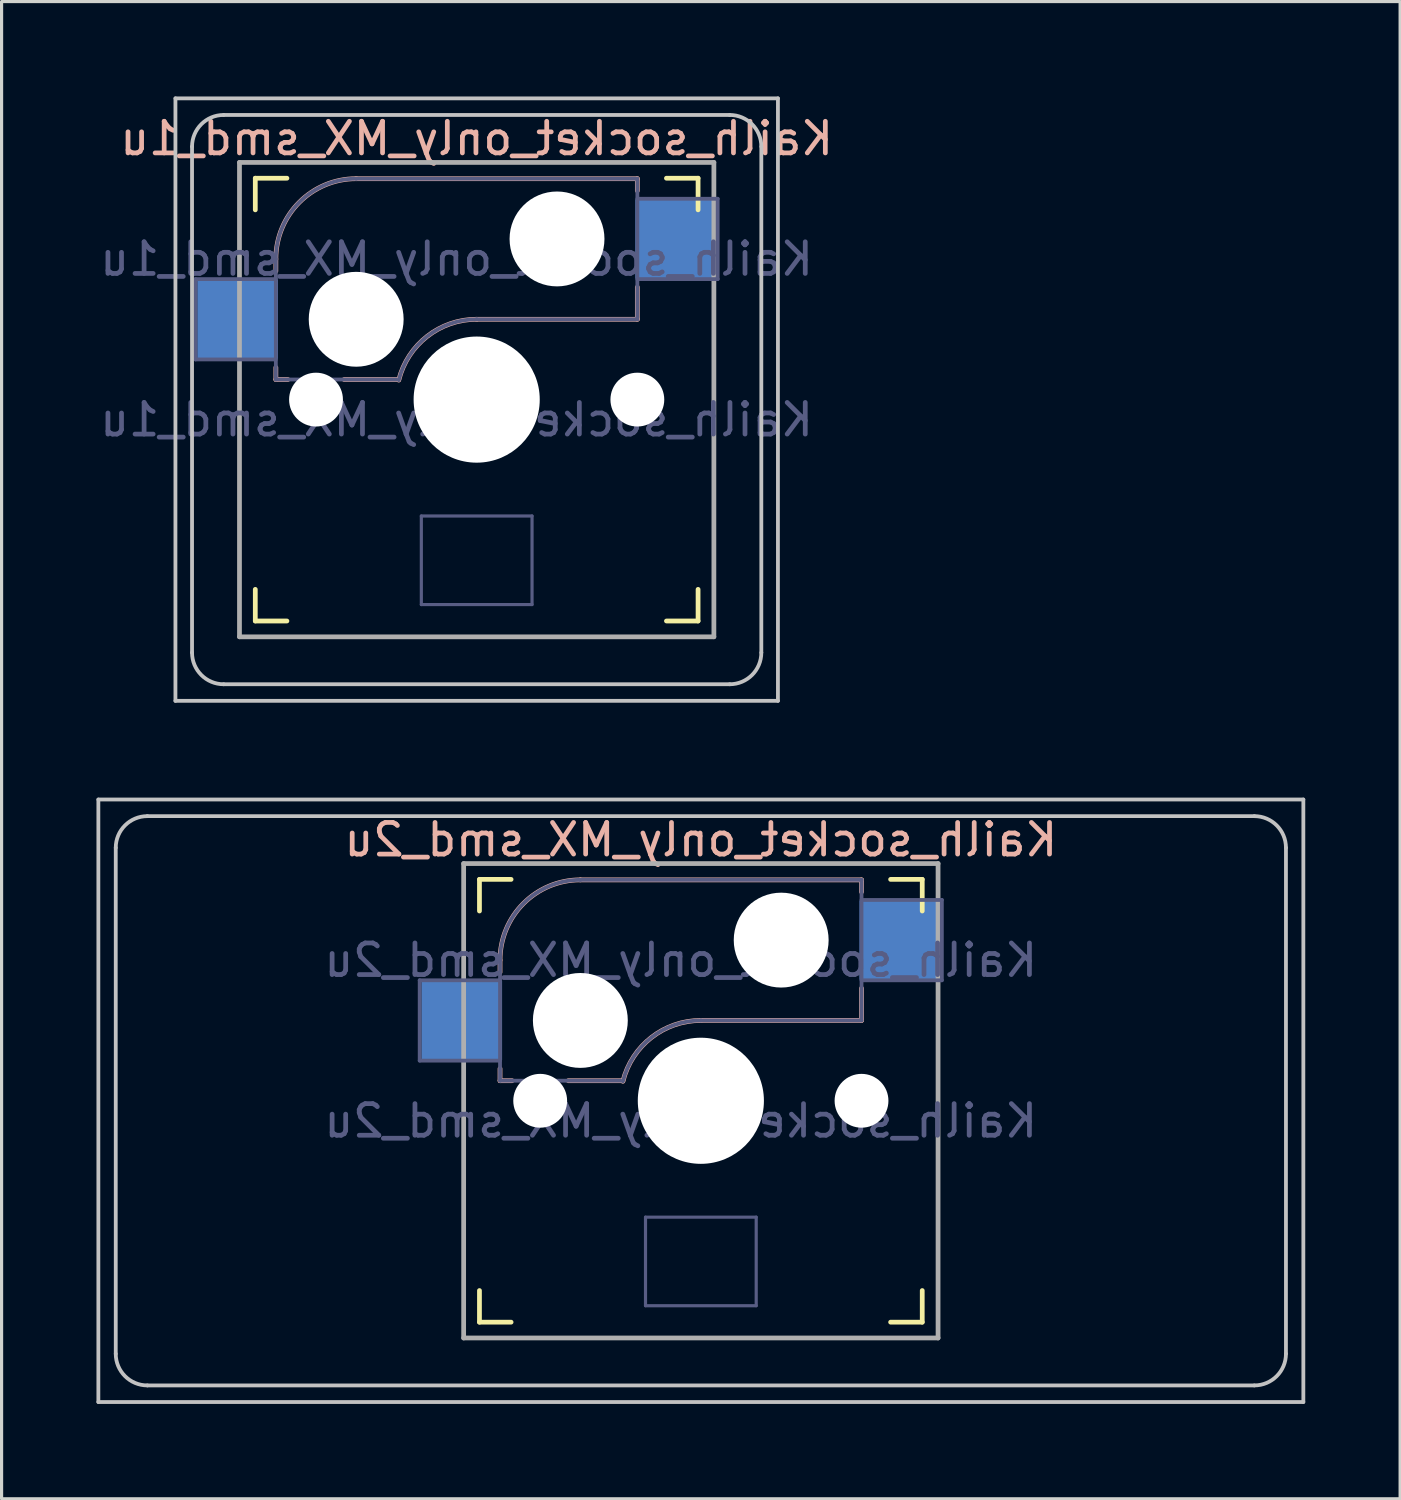
<source format=kicad_pcb>
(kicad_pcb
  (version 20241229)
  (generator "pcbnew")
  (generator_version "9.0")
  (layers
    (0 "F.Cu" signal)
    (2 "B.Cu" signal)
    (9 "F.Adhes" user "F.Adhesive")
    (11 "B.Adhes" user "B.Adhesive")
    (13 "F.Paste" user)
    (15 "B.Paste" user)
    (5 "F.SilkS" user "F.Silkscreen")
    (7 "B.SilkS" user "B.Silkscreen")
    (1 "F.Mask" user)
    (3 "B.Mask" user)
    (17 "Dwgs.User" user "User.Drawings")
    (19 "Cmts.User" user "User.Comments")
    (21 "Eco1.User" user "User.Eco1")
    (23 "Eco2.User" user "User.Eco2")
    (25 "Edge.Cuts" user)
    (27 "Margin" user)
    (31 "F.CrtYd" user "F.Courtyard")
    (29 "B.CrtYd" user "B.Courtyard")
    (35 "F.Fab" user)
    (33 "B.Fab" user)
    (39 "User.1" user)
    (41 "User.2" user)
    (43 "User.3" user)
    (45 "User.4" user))
  (footprint "Kailh_socket_only_MX_smd_1u"
    (layer "F.Cu")
    (at 12.022 9.585)
    (property "Reference" "Kailh_socket_only_MX_smd_1u" (at 0 -8.255 0) (layer "B.SilkS") (effects (font (size 1 1) (thickness 0.15)) (justify mirror)))
    (property "Value" "Kailh_socket_only_MX_smd_1u" (at 0 8.255 0) (layer "F.Fab") (hide yes) (effects (font (size 1 1) (thickness 0.15))))
    (attr smd)
    (fp_line (start -7 -6) (end -7 -7) (stroke (width 0.15) (type solid)) (layer "F.SilkS"))
    (fp_line (start -7 7) (end -7 6) (stroke (width 0.15) (type solid)) (layer "F.SilkS"))
    (fp_line (start -7 7) (end -6 7) (stroke (width 0.15) (type solid)) (layer "F.SilkS"))
    (fp_line (start -6 -7) (end -7 -7) (stroke (width 0.15) (type solid)) (layer "F.SilkS"))
    (fp_line (start 6 7) (end 7 7) (stroke (width 0.15) (type solid)) (layer "F.SilkS"))
    (fp_line (start 7 -7) (end 6 -7) (stroke (width 0.15) (type solid)) (layer "F.SilkS"))
    (fp_line (start 7 -7) (end 7 -6) (stroke (width 0.15) (type solid)) (layer "F.SilkS"))
    (fp_line (start 7 6) (end 7 7) (stroke (width 0.15) (type solid)) (layer "F.SilkS"))
    (fp_line (start -6.35 -4.445) (end -6.35 -4.064) (stroke (width 0.15) (type solid)) (layer "B.SilkS"))
    (fp_line (start -6.35 -1.016) (end -6.35 -0.635) (stroke (width 0.15) (type solid)) (layer "B.SilkS"))
    (fp_line (start -5.969 -0.635) (end -6.35 -0.635) (stroke (width 0.15) (type solid)) (layer "B.SilkS"))
    (fp_line (start -3.81 -6.985) (end 5.08 -6.985) (stroke (width 0.15) (type solid)) (layer "B.SilkS"))
    (fp_line (start -2.464 -0.635) (end -4.191 -0.635) (stroke (width 0.15) (type solid)) (layer "B.SilkS"))
    (fp_line (start 5.08 -6.985) (end 5.08 -6.604) (stroke (width 0.15) (type solid)) (layer "B.SilkS"))
    (fp_line (start 5.08 -3.556) (end 5.08 -2.54) (stroke (width 0.15) (type solid)) (layer "B.SilkS"))
    (fp_line (start 5.08 -2.54) (end 0 -2.54) (stroke (width 0.15) (type solid)) (layer "B.SilkS"))
    (fp_arc (start -6.35 -4.445) (mid -5.606051 -6.241051) (end -3.81 -6.985) (stroke (width 0.15) (type solid)) (layer "B.SilkS"))
    (fp_arc (start -2.464162 -0.61604) (mid -1.563147 -2.002042) (end 0 -2.54) (stroke (width 0.15) (type solid)) (layer "B.SilkS"))
    (fp_line (start -9.525 -9.525) (end 9.525 -9.525) (stroke (width 0.12) (type solid)) (layer "Dwgs.User"))
    (fp_line (start -9.525 9.525) (end -9.525 -9.525) (stroke (width 0.12) (type solid)) (layer "Dwgs.User"))
    (fp_line (start -9 8) (end -9 -8) (stroke (width 0.12) (type solid)) (layer "Dwgs.User"))
    (fp_line (start -8 -9) (end 8 -9) (stroke (width 0.12) (type solid)) (layer "Dwgs.User"))
    (fp_line (start -8 9) (end 8 9) (stroke (width 0.12) (type solid)) (layer "Dwgs.User"))
    (fp_line (start 9 8) (end 9 -8) (stroke (width 0.12) (type solid)) (layer "Dwgs.User"))
    (fp_line (start 9.525 -9.525) (end 9.525 9.525) (stroke (width 0.12) (type solid)) (layer "Dwgs.User"))
    (fp_line (start 9.525 9.525) (end -9.525 9.525) (stroke (width 0.12) (type solid)) (layer "Dwgs.User"))
    (fp_arc (start -9 -8) (mid -8.707107 -8.707107) (end -8 -9) (stroke (width 0.12) (type solid)) (layer "Dwgs.User"))
    (fp_arc (start -8 9) (mid -8.707107 8.707107) (end -9 8) (stroke (width 0.12) (type solid)) (layer "Dwgs.User"))
    (fp_arc (start 8 -9) (mid 8.707107 -8.707107) (end 9 -8) (stroke (width 0.12) (type solid)) (layer "Dwgs.User"))
    (fp_arc (start 9 8) (mid 8.707107 8.707107) (end 8 9) (stroke (width 0.12) (type solid)) (layer "Dwgs.User"))
    (fp_line (start -6.9 6.9) (end -6.9 -6.9) (stroke (width 0.15) (type solid)) (layer "Eco2.User"))
    (fp_line (start -6.9 6.9) (end 6.9 6.9) (stroke (width 0.15) (type solid)) (layer "Eco2.User"))
    (fp_line (start 6.9 -6.9) (end -6.9 -6.9) (stroke (width 0.15) (type solid)) (layer "Eco2.User"))
    (fp_line (start 6.9 -6.9) (end 6.9 6.9) (stroke (width 0.15) (type solid)) (layer "Eco2.User"))
    (fp_line (start -8.89 -3.81) (end -6.35 -3.81) (stroke (width 0.12) (type solid)) (layer "B.Fab"))
    (fp_line (start -8.89 -1.27) (end -8.89 -3.81) (stroke (width 0.12) (type solid)) (layer "B.Fab"))
    (fp_line (start -6.35 -1.27) (end -8.89 -1.27) (stroke (width 0.12) (type solid)) (layer "B.Fab"))
    (fp_line (start -6.35 -0.635) (end -6.35 -4.445) (stroke (width 0.12) (type solid)) (layer "B.Fab"))
    (fp_line (start -6.35 -0.635) (end -2.54 -0.635) (stroke (width 0.12) (type solid)) (layer "B.Fab"))
    (fp_line (start -3.81 -6.985) (end 5.08 -6.985) (stroke (width 0.12) (type solid)) (layer "B.Fab"))
    (fp_line (start -1.75 3.68) (end -1.75 6.48) (stroke (width 0.1) (type solid)) (layer "B.Fab"))
    (fp_line (start -1.75 3.68) (end 1.75 3.68) (stroke (width 0.1) (type solid)) (layer "B.Fab"))
    (fp_line (start -1.75 6.48) (end 1.75 6.48) (stroke (width 0.1) (type solid)) (layer "B.Fab"))
    (fp_line (start 1.75 3.68) (end 1.75 6.48) (stroke (width 0.1) (type solid)) (layer "B.Fab"))
    (fp_line (start 5.08 -6.985) (end 5.08 -2.54) (stroke (width 0.12) (type solid)) (layer "B.Fab"))
    (fp_line (start 5.08 -6.35) (end 7.62 -6.35) (stroke (width 0.12) (type solid)) (layer "B.Fab"))
    (fp_line (start 5.08 -2.54) (end 0 -2.54) (stroke (width 0.12) (type solid)) (layer "B.Fab"))
    (fp_line (start 7.62 -6.35) (end 7.62 -3.81) (stroke (width 0.12) (type solid)) (layer "B.Fab"))
    (fp_line (start 7.62 -3.81) (end 5.08 -3.81) (stroke (width 0.12) (type solid)) (layer "B.Fab"))
    (fp_arc (start -6.35 -4.445) (mid -5.606051 -6.241051) (end -3.81 -6.985) (stroke (width 0.12) (type solid)) (layer "B.Fab"))
    (fp_arc (start -2.464162 -0.61604) (mid -1.563147 -2.002042) (end 0 -2.54) (stroke (width 0.12) (type solid)) (layer "B.Fab"))
    (fp_line (start -7.5 -7.5) (end 7.5 -7.5) (stroke (width 0.15) (type solid)) (layer "F.Fab"))
    (fp_line (start -7.5 7.5) (end -7.5 -7.5) (stroke (width 0.15) (type solid)) (layer "F.Fab"))
    (fp_line (start 7.5 -7.5) (end 7.5 7.5) (stroke (width 0.15) (type solid)) (layer "F.Fab"))
    (fp_line (start 7.5 7.5) (end -7.5 7.5) (stroke (width 0.15) (type solid)) (layer "F.Fab"))
    (fp_text user "${REFERENCE}" (at -0.635 -4.445 0) (layer "B.Fab") (effects (font (size 1 1) (thickness 0.15)) (justify mirror)))
    (fp_text user "${VALUE}" (at -0.635 0.635 0) (layer "B.Fab") (effects (font (size 1 1) (thickness 0.15)) (justify mirror)))
    (pad "" np_thru_hole circle (at -5.08 0) (size 1.702 1.702) (drill 1.702) (layers "*.Cu" "*.Mask"))
    (pad "" np_thru_hole circle (at -3.81 -2.54) (size 3 3) (drill 3) (layers "*.Cu" "*.Mask"))
    (pad "" np_thru_hole circle (at 0 0) (size 3.988 3.988) (drill 3.988) (layers "*.Cu" "*.Mask"))
    (pad "" np_thru_hole circle (at 2.54 -5.08) (size 3 3) (drill 3) (layers "*.Cu" "*.Mask"))
    (pad "" np_thru_hole circle (at 5.08 0) (size 1.702 1.702) (drill 1.702) (layers "*.Cu" "*.Mask"))
    (pad "1" smd rect (at 6.29 -5.08) (size 2.55 2.5) (layers "B.Cu" "B.Mask" "B.Paste"))
    (pad "2" smd rect (at -7.56 -2.54) (size 2.55 2.5) (layers "B.Cu" "B.Mask" "B.Paste")))
  (footprint "Kailh_socket_only_MX_smd_2u"
    (layer "F.Cu")
    (at 19.11 31.755)
    (property "Reference" "Kailh_socket_only_MX_smd_2u" (at 0 -8.255 0) (layer "B.SilkS") (effects (font (size 1 1) (thickness 0.15)) (justify mirror)))
    (property "Value" "Kailh_socket_only_MX_smd_2u" (at 0 8.255 0) (layer "F.Fab") (hide yes) (effects (font (size 1 1) (thickness 0.15))))
    (attr smd)
    (fp_line (start -7 -6) (end -7 -7) (stroke (width 0.15) (type solid)) (layer "F.SilkS"))
    (fp_line (start -7 7) (end -7 6) (stroke (width 0.15) (type solid)) (layer "F.SilkS"))
    (fp_line (start -7 7) (end -6 7) (stroke (width 0.15) (type solid)) (layer "F.SilkS"))
    (fp_line (start -6 -7) (end -7 -7) (stroke (width 0.15) (type solid)) (layer "F.SilkS"))
    (fp_line (start 6 7) (end 7 7) (stroke (width 0.15) (type solid)) (layer "F.SilkS"))
    (fp_line (start 7 -7) (end 6 -7) (stroke (width 0.15) (type solid)) (layer "F.SilkS"))
    (fp_line (start 7 -7) (end 7 -6) (stroke (width 0.15) (type solid)) (layer "F.SilkS"))
    (fp_line (start 7 6) (end 7 7) (stroke (width 0.15) (type solid)) (layer "F.SilkS"))
    (fp_line (start -6.35 -4.445) (end -6.35 -4.064) (stroke (width 0.15) (type solid)) (layer "B.SilkS"))
    (fp_line (start -6.35 -1.016) (end -6.35 -0.635) (stroke (width 0.15) (type solid)) (layer "B.SilkS"))
    (fp_line (start -5.969 -0.635) (end -6.35 -0.635) (stroke (width 0.15) (type solid)) (layer "B.SilkS"))
    (fp_line (start -3.81 -6.985) (end 5.08 -6.985) (stroke (width 0.15) (type solid)) (layer "B.SilkS"))
    (fp_line (start -2.464 -0.635) (end -4.191 -0.635) (stroke (width 0.15) (type solid)) (layer "B.SilkS"))
    (fp_line (start 5.08 -6.985) (end 5.08 -6.604) (stroke (width 0.15) (type solid)) (layer "B.SilkS"))
    (fp_line (start 5.08 -3.556) (end 5.08 -2.54) (stroke (width 0.15) (type solid)) (layer "B.SilkS"))
    (fp_line (start 5.08 -2.54) (end 0 -2.54) (stroke (width 0.15) (type solid)) (layer "B.SilkS"))
    (fp_arc (start -6.35 -4.445) (mid -5.606051 -6.241051) (end -3.81 -6.985) (stroke (width 0.15) (type solid)) (layer "B.SilkS"))
    (fp_arc (start -2.464162 -0.61604) (mid -1.563147 -2.002042) (end 0 -2.54) (stroke (width 0.15) (type solid)) (layer "B.SilkS"))
    (fp_line (start -19.05 -9.525) (end 19.05 -9.525) (stroke (width 0.12) (type solid)) (layer "Dwgs.User"))
    (fp_line (start -19.05 9.525) (end -19.05 -9.525) (stroke (width 0.12) (type solid)) (layer "Dwgs.User"))
    (fp_line (start -18.5 8) (end -18.5 -8) (stroke (width 0.12) (type solid)) (layer "Dwgs.User"))
    (fp_line (start -17.5 -9) (end 17.5 -9) (stroke (width 0.12) (type solid)) (layer "Dwgs.User"))
    (fp_line (start -17.5 9) (end 17.5 9) (stroke (width 0.12) (type solid)) (layer "Dwgs.User"))
    (fp_line (start 18.5 8) (end 18.5 -8) (stroke (width 0.12) (type solid)) (layer "Dwgs.User"))
    (fp_line (start 19.05 -9.525) (end 19.05 9.525) (stroke (width 0.12) (type solid)) (layer "Dwgs.User"))
    (fp_line (start 19.05 9.525) (end -19.05 9.525) (stroke (width 0.12) (type solid)) (layer "Dwgs.User"))
    (fp_arc (start -18.5 -8) (mid -18.207107 -8.707107) (end -17.5 -9) (stroke (width 0.12) (type solid)) (layer "Dwgs.User"))
    (fp_arc (start -17.5 9) (mid -18.207107 8.707107) (end -18.5 8) (stroke (width 0.12) (type solid)) (layer "Dwgs.User"))
    (fp_arc (start 17.5 -9) (mid 18.207107 -8.707107) (end 18.5 -8) (stroke (width 0.12) (type solid)) (layer "Dwgs.User"))
    (fp_arc (start 18.5 8) (mid 18.207107 8.707107) (end 17.5 9) (stroke (width 0.12) (type solid)) (layer "Dwgs.User"))
    (fp_line (start -6.9 6.9) (end -6.9 -6.9) (stroke (width 0.15) (type solid)) (layer "Eco2.User"))
    (fp_line (start -6.9 6.9) (end 6.9 6.9) (stroke (width 0.15) (type solid)) (layer "Eco2.User"))
    (fp_line (start 6.9 -6.9) (end -6.9 -6.9) (stroke (width 0.15) (type solid)) (layer "Eco2.User"))
    (fp_line (start 6.9 -6.9) (end 6.9 6.9) (stroke (width 0.15) (type solid)) (layer "Eco2.User"))
    (fp_line (start -8.89 -3.81) (end -6.35 -3.81) (stroke (width 0.12) (type solid)) (layer "B.Fab"))
    (fp_line (start -8.89 -1.27) (end -8.89 -3.81) (stroke (width 0.12) (type solid)) (layer "B.Fab"))
    (fp_line (start -6.35 -1.27) (end -8.89 -1.27) (stroke (width 0.12) (type solid)) (layer "B.Fab"))
    (fp_line (start -6.35 -0.635) (end -6.35 -4.445) (stroke (width 0.12) (type solid)) (layer "B.Fab"))
    (fp_line (start -6.35 -0.635) (end -2.54 -0.635) (stroke (width 0.12) (type solid)) (layer "B.Fab"))
    (fp_line (start -3.81 -6.985) (end 5.08 -6.985) (stroke (width 0.12) (type solid)) (layer "B.Fab"))
    (fp_line (start -1.75 3.68) (end -1.75 6.48) (stroke (width 0.1) (type solid)) (layer "B.Fab"))
    (fp_line (start -1.75 3.68) (end 1.75 3.68) (stroke (width 0.1) (type solid)) (layer "B.Fab"))
    (fp_line (start -1.75 6.48) (end 1.75 6.48) (stroke (width 0.1) (type solid)) (layer "B.Fab"))
    (fp_line (start 1.75 3.68) (end 1.75 6.48) (stroke (width 0.1) (type solid)) (layer "B.Fab"))
    (fp_line (start 5.08 -6.985) (end 5.08 -2.54) (stroke (width 0.12) (type solid)) (layer "B.Fab"))
    (fp_line (start 5.08 -6.35) (end 7.62 -6.35) (stroke (width 0.12) (type solid)) (layer "B.Fab"))
    (fp_line (start 5.08 -2.54) (end 0 -2.54) (stroke (width 0.12) (type solid)) (layer "B.Fab"))
    (fp_line (start 7.62 -6.35) (end 7.62 -3.81) (stroke (width 0.12) (type solid)) (layer "B.Fab"))
    (fp_line (start 7.62 -3.81) (end 5.08 -3.81) (stroke (width 0.12) (type solid)) (layer "B.Fab"))
    (fp_arc (start -6.35 -4.445) (mid -5.606051 -6.241051) (end -3.81 -6.985) (stroke (width 0.12) (type solid)) (layer "B.Fab"))
    (fp_arc (start -2.464162 -0.61604) (mid -1.563147 -2.002042) (end 0 -2.54) (stroke (width 0.12) (type solid)) (layer "B.Fab"))
    (fp_line (start -7.5 -7.5) (end 7.5 -7.5) (stroke (width 0.15) (type solid)) (layer "F.Fab"))
    (fp_line (start -7.5 7.5) (end -7.5 -7.5) (stroke (width 0.15) (type solid)) (layer "F.Fab"))
    (fp_line (start 7.5 -7.5) (end 7.5 7.5) (stroke (width 0.15) (type solid)) (layer "F.Fab"))
    (fp_line (start 7.5 7.5) (end -7.5 7.5) (stroke (width 0.15) (type solid)) (layer "F.Fab"))
    (fp_text user "${REFERENCE}" (at -0.635 -4.445 0) (layer "B.Fab") (effects (font (size 1 1) (thickness 0.15)) (justify mirror)))
    (fp_text user "${VALUE}" (at -0.635 0.635 0) (layer "B.Fab") (effects (font (size 1 1) (thickness 0.15)) (justify mirror)))
    (pad "" np_thru_hole circle (at -5.08 0) (size 1.702 1.702) (drill 1.702) (layers "*.Cu" "*.Mask"))
    (pad "" np_thru_hole circle (at -3.81 -2.54) (size 3 3) (drill 3) (layers "*.Cu" "*.Mask"))
    (pad "" np_thru_hole circle (at 0 0) (size 3.988 3.988) (drill 3.988) (layers "*.Cu" "*.Mask"))
    (pad "" np_thru_hole circle (at 2.54 -5.08) (size 3 3) (drill 3) (layers "*.Cu" "*.Mask"))
    (pad "" np_thru_hole circle (at 5.08 0) (size 1.702 1.702) (drill 1.702) (layers "*.Cu" "*.Mask"))
    (pad "1" smd rect (at 6.29 -5.08) (size 2.55 2.5) (layers "B.Cu" "B.Mask" "B.Paste"))
    (pad "2" smd rect (at -7.56 -2.54) (size 2.55 2.5) (layers "B.Cu" "B.Mask" "B.Paste")))
  (gr_rect
    (start -3 -3)
    (end 41.22 44.34)
    (stroke (width 0.1) (type default))
    (fill no)
    (layer "Edge.Cuts")))
</source>
